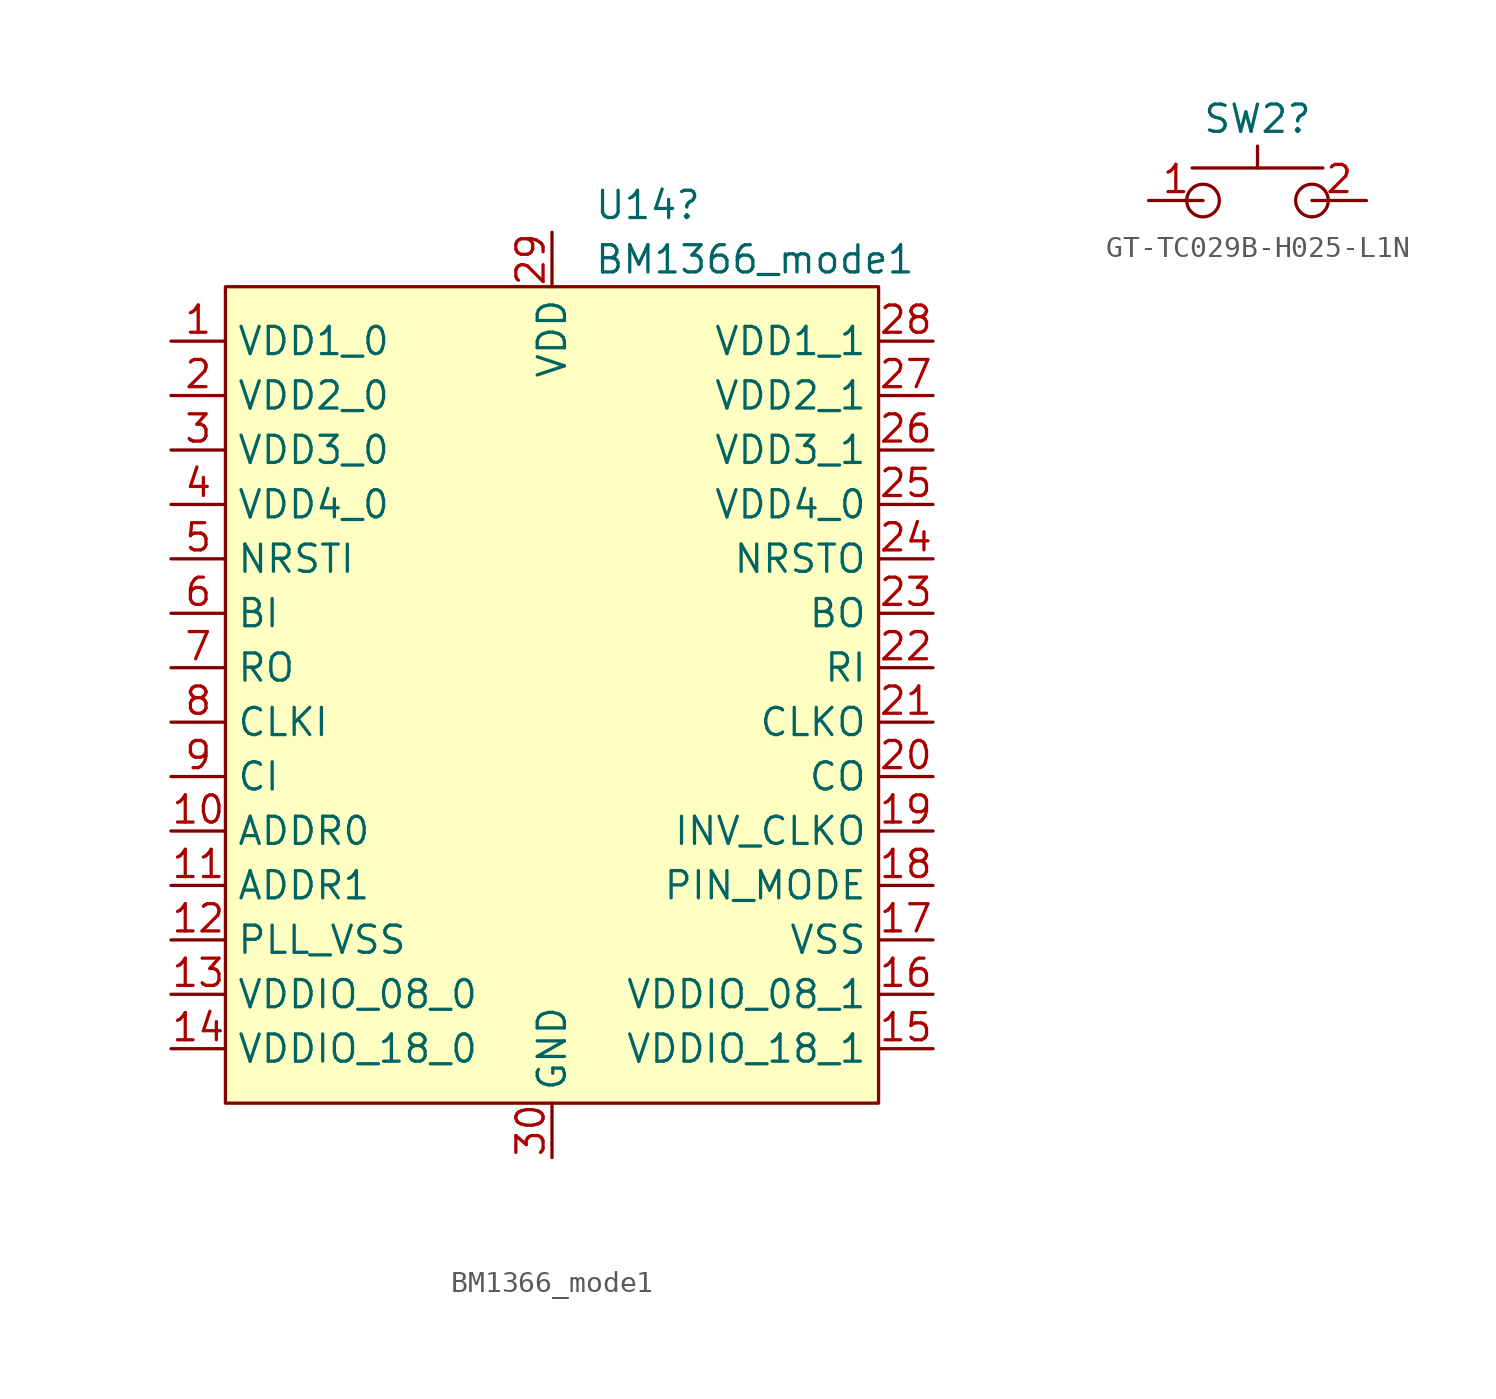
<source format=kicad_sym>
(kicad_symbol_lib
  (version 20220914)
  (generator kicad_symbol_editor)
  (symbol "BM1366_mode1"
    (property "Reference" "U14"
      (at 1.956 24.13 0)
      (effects (font (size 1.27 1.27)) (justify left)))
    (property "Value" "BM1366_mode1"
      (at 1.956 21.59 0)
      (effects (font (size 1.27 1.27)) (justify left)))
    (symbol "BM1366_mode1_0_1"
      (rectangle (start -15.24 20.32) (end 15.24 -17.78) (stroke (width 0) (type default)) (fill (type background))))
    (symbol "BM1366_mode1_1_1"
      (pin input line (at -17.78 17.78 0) (length 2.54) (name "VDD1_0" (effects (font (size 1.27 1.27)))) (number "1" (effects (font (size 1.27 1.27)))))
      (pin input line (at -17.78 -5.08 0) (length 2.54) (name "ADDR0" (effects (font (size 1.27 1.27)))) (number "10" (effects (font (size 1.27 1.27)))))
      (pin input line (at -17.78 -7.62 0) (length 2.54) (name "ADDR1" (effects (font (size 1.27 1.27)))) (number "11" (effects (font (size 1.27 1.27)))))
      (pin power_in line (at -17.78 -10.16 0) (length 2.54) (name "PLL_VSS" (effects (font (size 1.27 1.27)))) (number "12" (effects (font (size 1.27 1.27)))))
      (pin power_in line (at -17.78 -12.7 0) (length 2.54) (name "VDDIO_08_0" (effects (font (size 1.27 1.27)))) (number "13" (effects (font (size 1.27 1.27)))))
      (pin power_in line (at -17.78 -15.24 0) (length 2.54) (name "VDDIO_18_0" (effects (font (size 1.27 1.27)))) (number "14" (effects (font (size 1.27 1.27)))))
      (pin power_in line (at 17.78 -15.24 180) (length 2.54) (name "VDDIO_18_1" (effects (font (size 1.27 1.27)))) (number "15" (effects (font (size 1.27 1.27)))))
      (pin power_in line (at 17.78 -12.7 180) (length 2.54) (name "VDDIO_08_1" (effects (font (size 1.27 1.27)))) (number "16" (effects (font (size 1.27 1.27)))))
      (pin power_in line (at 17.78 -10.16 180) (length 2.54) (name "VSS" (effects (font (size 1.27 1.27)))) (number "17" (effects (font (size 1.27 1.27)))))
      (pin input line (at 17.78 -7.62 180) (length 2.54) (name "PIN_MODE" (effects (font (size 1.27 1.27)))) (number "18" (effects (font (size 1.27 1.27)))))
      (pin input line (at 17.78 -5.08 180) (length 2.54) (name "INV_CLKO" (effects (font (size 1.27 1.27)))) (number "19" (effects (font (size 1.27 1.27)))))
      (pin input line (at -17.78 15.24 0) (length 2.54) (name "VDD2_0" (effects (font (size 1.27 1.27)))) (number "2" (effects (font (size 1.27 1.27)))))
      (pin output line (at 17.78 -2.54 180) (length 2.54) (name "CO" (effects (font (size 1.27 1.27)))) (number "20" (effects (font (size 1.27 1.27)))))
      (pin output line (at 17.78 0 180) (length 2.54) (name "CLKO" (effects (font (size 1.27 1.27)))) (number "21" (effects (font (size 1.27 1.27)))))
      (pin input line (at 17.78 2.54 180) (length 2.54) (name "RI" (effects (font (size 1.27 1.27)))) (number "22" (effects (font (size 1.27 1.27)))))
      (pin output line (at 17.78 5.08 180) (length 2.54) (name "BO" (effects (font (size 1.27 1.27)))) (number "23" (effects (font (size 1.27 1.27)))))
      (pin output line (at 17.78 7.62 180) (length 2.54) (name "NRSTO" (effects (font (size 1.27 1.27)))) (number "24" (effects (font (size 1.27 1.27)))))
      (pin input line (at 17.78 10.16 180) (length 2.54) (name "VDD4_0" (effects (font (size 1.27 1.27)))) (number "25" (effects (font (size 1.27 1.27)))))
      (pin input line (at 17.78 12.7 180) (length 2.54) (name "VDD3_1" (effects (font (size 1.27 1.27)))) (number "26" (effects (font (size 1.27 1.27)))))
      (pin input line (at 17.78 15.24 180) (length 2.54) (name "VDD2_1" (effects (font (size 1.27 1.27)))) (number "27" (effects (font (size 1.27 1.27)))))
      (pin input line (at 17.78 17.78 180) (length 2.54) (name "VDD1_1" (effects (font (size 1.27 1.27)))) (number "28" (effects (font (size 1.27 1.27)))))
      (pin power_in line (at 0 22.86 270) (length 2.54) (name "VDD" (effects (font (size 1.27 1.27)))) (number "29" (effects (font (size 1.27 1.27)))))
      (pin input line (at -17.78 12.7 0) (length 2.54) (name "VDD3_0" (effects (font (size 1.27 1.27)))) (number "3" (effects (font (size 1.27 1.27)))))
      (pin power_in line (at 0 -20.32 90) (length 2.54) (name "GND" (effects (font (size 1.27 1.27)))) (number "30" (effects (font (size 1.27 1.27)))))
      (pin input line (at -17.78 10.16 0) (length 2.54) (name "VDD4_0" (effects (font (size 1.27 1.27)))) (number "4" (effects (font (size 1.27 1.27)))))
      (pin input line (at -17.78 7.62 0) (length 2.54) (name "NRSTI" (effects (font (size 1.27 1.27)))) (number "5" (effects (font (size 1.27 1.27)))))
      (pin input line (at -17.78 5.08 0) (length 2.54) (name "BI" (effects (font (size 1.27 1.27)))) (number "6" (effects (font (size 1.27 1.27)))))
      (pin output line (at -17.78 2.54 0) (length 2.54) (name "RO" (effects (font (size 1.27 1.27)))) (number "7" (effects (font (size 1.27 1.27)))))
      (pin input line (at -17.78 0 0) (length 2.54) (name "CLKI" (effects (font (size 1.27 1.27)))) (number "8" (effects (font (size 1.27 1.27)))))
      (pin input line (at -17.78 -2.54 0) (length 2.54) (name "CI" (effects (font (size 1.27 1.27)))) (number "9" (effects (font (size 1.27 1.27)))))))
  (symbol "GT-TC029B-H025-L1N"
    (property "Reference" "SW2"
      (at 0 3.81 0)
      (effects (font (size 1.27 1.27))))
    (symbol "GT-TC029B-H025-L1N_0_1"
      (circle (center -2.54 0) (radius 0.76) (stroke (width 0) (type default)) (fill (type none)))
      (polyline (pts (xy -3.05 1.52) (xy 3.05 1.52)) (stroke (width 0) (type default)) (fill (type none)))
      (polyline (pts (xy 0 1.52) (xy 0 2.54)) (stroke (width 0) (type default)) (fill (type none)))
      (circle (center 2.54 0) (radius 0.76) (stroke (width 0) (type default)) (fill (type none)))
      (pin unspecified line (at -5.08 0 0) (length 2.54) (name "~" (effects (font (size 1.27 1.27)))) (number "1" (effects (font (size 1.27 1.27)))))
      (pin unspecified line (at 5.08 0 180) (length 2.54) (name "~" (effects (font (size 1.27 1.27)))) (number "2" (effects (font (size 1.27 1.27))))))))
</source>
